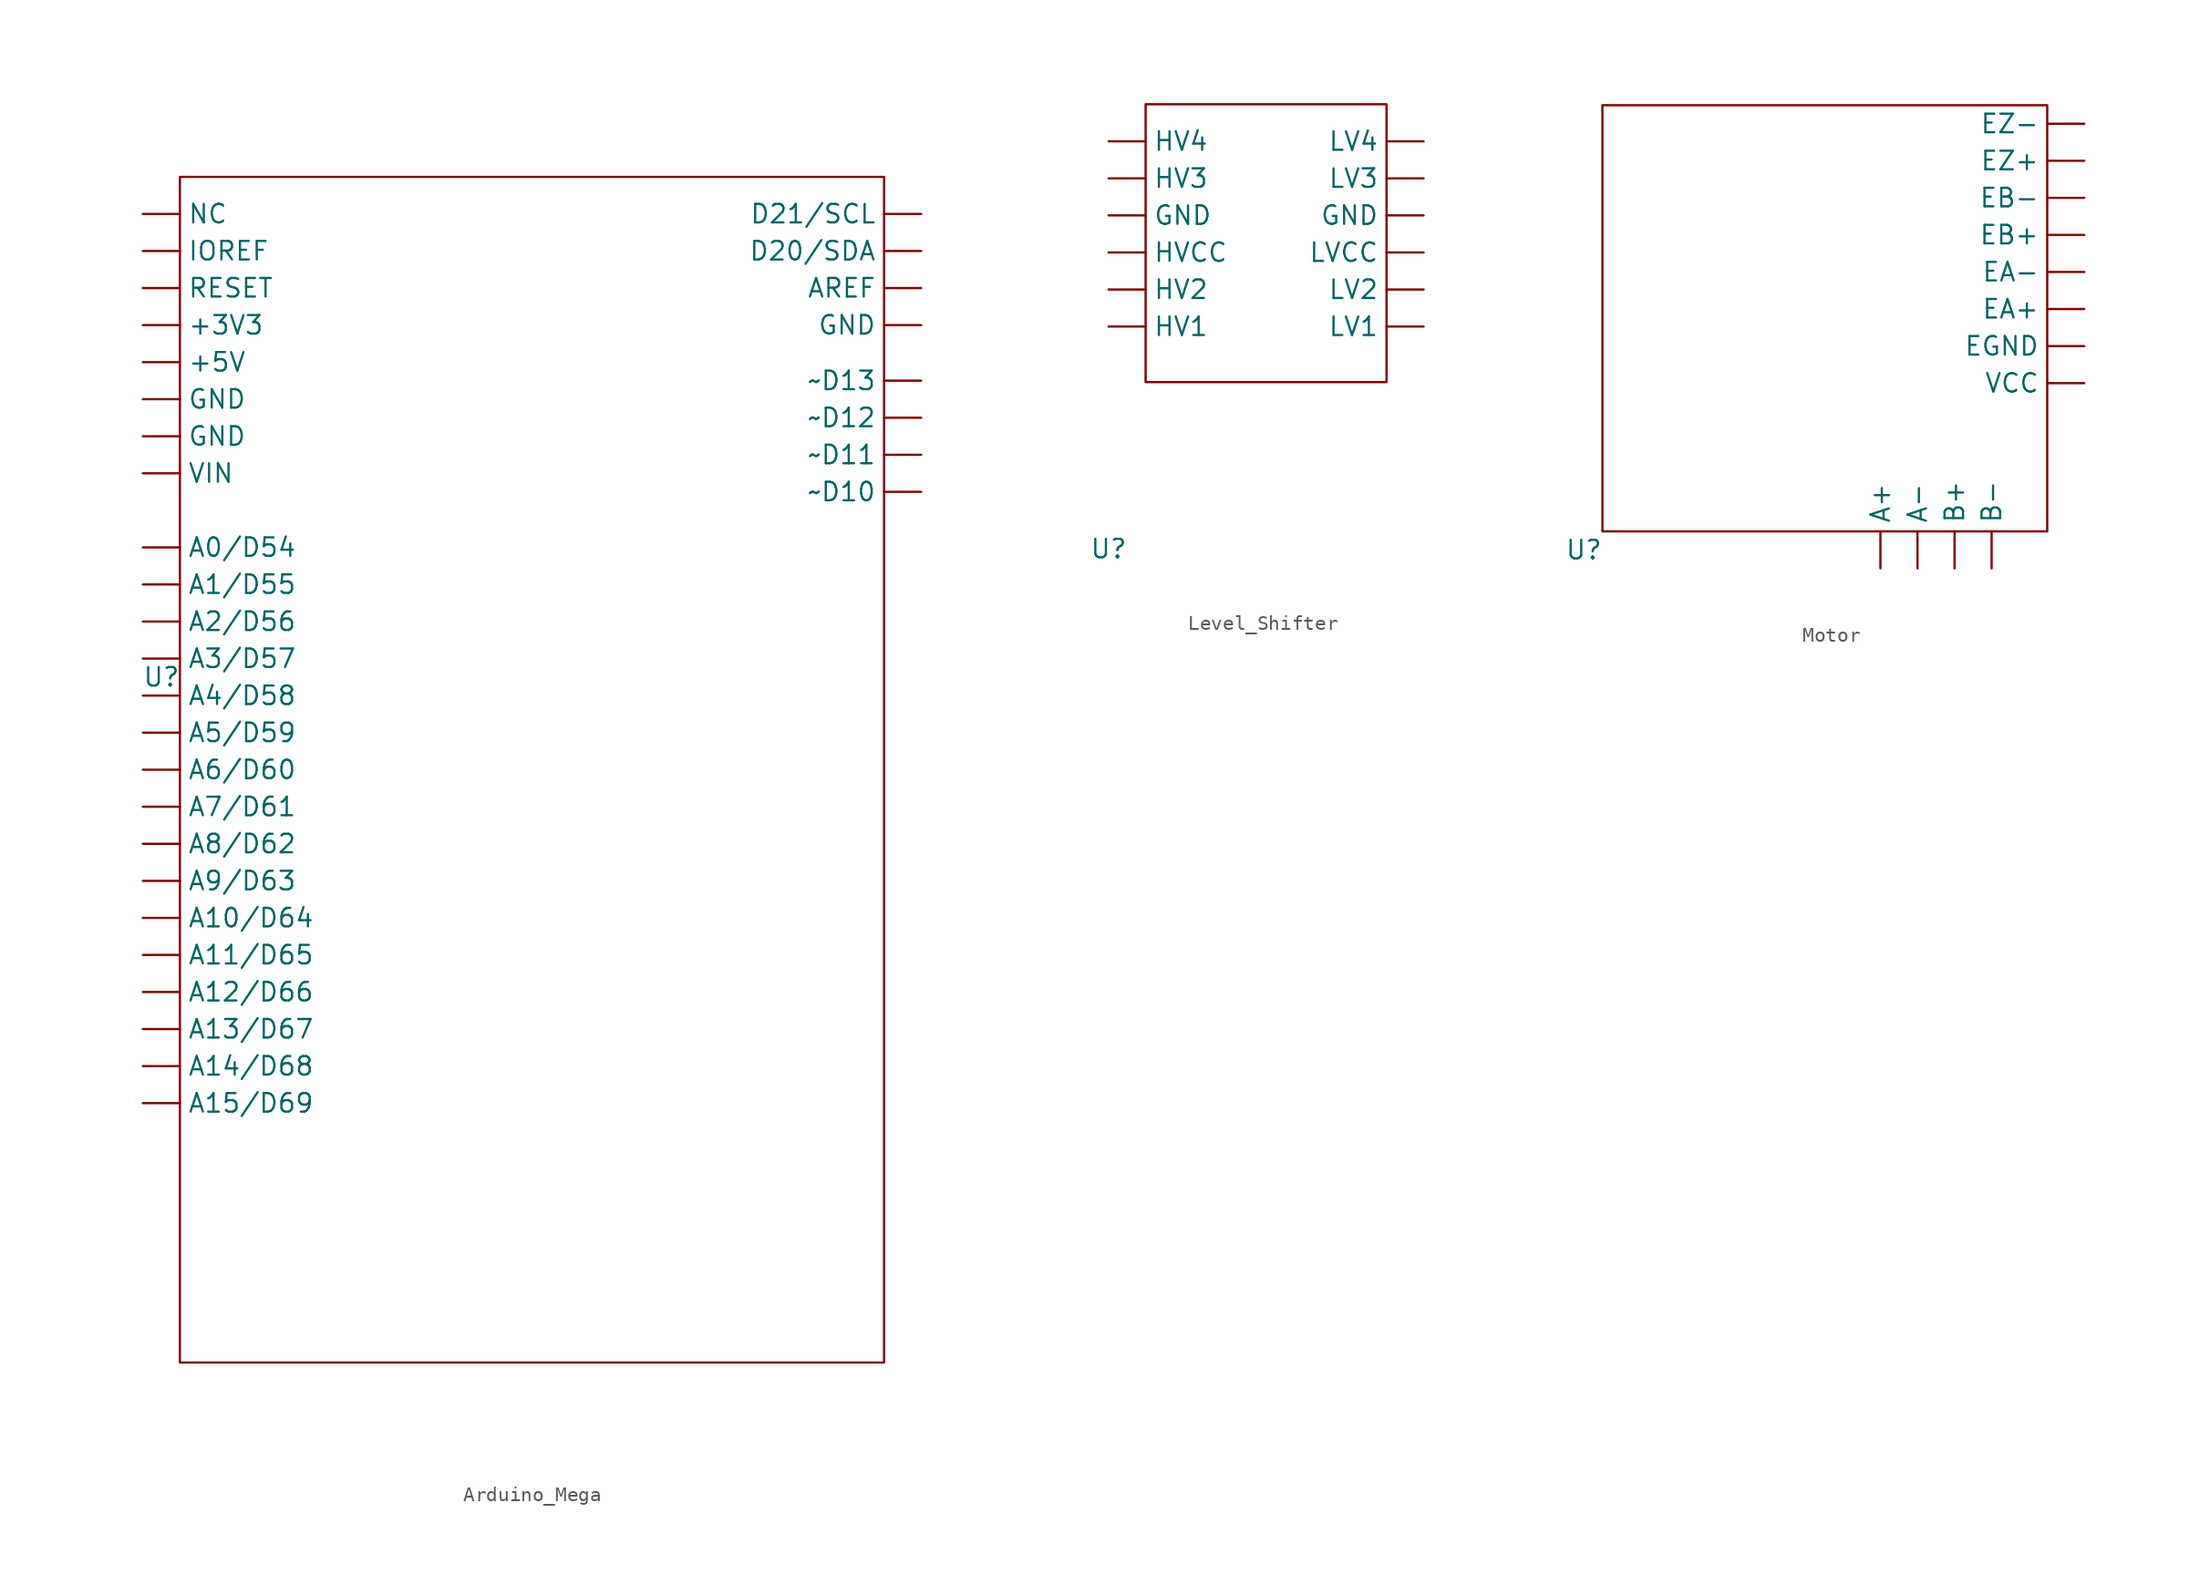
<source format=kicad_sym>
(kicad_symbol_lib
  (version 20231120)
  (generator "kicad_symbol_editor")
  (generator_version "8.0")
  (symbol "Arduino_Mega"
    (property "Reference" "U"
      (at 0 74.93 0)
      (effects (font (size 1.27 1.27))))
    (property "Value" ""
      (at 0 74.93 0)
      (effects (font (size 1.27 1.27))))
    (symbol "Arduino_Mega_0_1"
      (rectangle (start 1.27 109.22) (end 49.53 27.94) (stroke (width 0) (type default)) (fill (type none))))
    (symbol "Arduino_Mega_1_1"
      (pin input line (at -1.27 99.06 0) (length 2.54) (name "+3V3" (effects (font (size 1.27 1.27)))) (number "" (effects (font (size 1.27 1.27)))))
      (pin input line (at -1.27 96.52 0) (length 2.54) (name "+5V" (effects (font (size 1.27 1.27)))) (number "" (effects (font (size 1.27 1.27)))))
      (pin input line (at -1.27 83.82 0) (length 2.54) (name "A0/D54" (effects (font (size 1.27 1.27)))) (number "" (effects (font (size 1.27 1.27)))))
      (pin input line (at -1.27 81.28 0) (length 2.54) (name "A1/D55" (effects (font (size 1.27 1.27)))) (number "" (effects (font (size 1.27 1.27)))))
      (pin input line (at -1.27 58.42 0) (length 2.54) (name "A10/D64" (effects (font (size 1.27 1.27)))) (number "" (effects (font (size 1.27 1.27)))))
      (pin input line (at -1.27 55.88 0) (length 2.54) (name "A11/D65" (effects (font (size 1.27 1.27)))) (number "" (effects (font (size 1.27 1.27)))))
      (pin input line (at -1.27 53.34 0) (length 2.54) (name "A12/D66" (effects (font (size 1.27 1.27)))) (number "" (effects (font (size 1.27 1.27)))))
      (pin input line (at -1.27 50.8 0) (length 2.54) (name "A13/D67" (effects (font (size 1.27 1.27)))) (number "" (effects (font (size 1.27 1.27)))))
      (pin input line (at -1.27 48.26 0) (length 2.54) (name "A14/D68" (effects (font (size 1.27 1.27)))) (number "" (effects (font (size 1.27 1.27)))))
      (pin input line (at -1.27 45.72 0) (length 2.54) (name "A15/D69" (effects (font (size 1.27 1.27)))) (number "" (effects (font (size 1.27 1.27)))))
      (pin input line (at -1.27 78.74 0) (length 2.54) (name "A2/D56" (effects (font (size 1.27 1.27)))) (number "" (effects (font (size 1.27 1.27)))))
      (pin input line (at -1.27 76.2 0) (length 2.54) (name "A3/D57" (effects (font (size 1.27 1.27)))) (number "" (effects (font (size 1.27 1.27)))))
      (pin input line (at -1.27 73.66 0) (length 2.54) (name "A4/D58" (effects (font (size 1.27 1.27)))) (number "" (effects (font (size 1.27 1.27)))))
      (pin input line (at -1.27 71.12 0) (length 2.54) (name "A5/D59" (effects (font (size 1.27 1.27)))) (number "" (effects (font (size 1.27 1.27)))))
      (pin input line (at -1.27 68.58 0) (length 2.54) (name "A6/D60" (effects (font (size 1.27 1.27)))) (number "" (effects (font (size 1.27 1.27)))))
      (pin input line (at -1.27 66.04 0) (length 2.54) (name "A7/D61" (effects (font (size 1.27 1.27)))) (number "" (effects (font (size 1.27 1.27)))))
      (pin input line (at -1.27 63.5 0) (length 2.54) (name "A8/D62" (effects (font (size 1.27 1.27)))) (number "" (effects (font (size 1.27 1.27)))))
      (pin input line (at -1.27 60.96 0) (length 2.54) (name "A9/D63" (effects (font (size 1.27 1.27)))) (number "" (effects (font (size 1.27 1.27)))))
      (pin input line (at 52.07 101.6 180) (length 2.54) (name "AREF" (effects (font (size 1.27 1.27)))) (number "" (effects (font (size 1.27 1.27)))))
      (pin input line (at 52.07 104.14 180) (length 2.54) (name "D20/SDA" (effects (font (size 1.27 1.27)))) (number "" (effects (font (size 1.27 1.27)))))
      (pin input line (at 52.07 106.68 180) (length 2.54) (name "D21/SCL" (effects (font (size 1.27 1.27)))) (number "" (effects (font (size 1.27 1.27)))))
      (pin input line (at -1.27 91.44 0) (length 2.54) (name "GND" (effects (font (size 1.27 1.27)))) (number "" (effects (font (size 1.27 1.27)))))
      (pin input line (at -1.27 93.98 0) (length 2.54) (name "GND" (effects (font (size 1.27 1.27)))) (number "" (effects (font (size 1.27 1.27)))))
      (pin input line (at 52.07 99.06 180) (length 2.54) (name "GND" (effects (font (size 1.27 1.27)))) (number "" (effects (font (size 1.27 1.27)))))
      (pin input line (at -1.27 104.14 0) (length 2.54) (name "IOREF" (effects (font (size 1.27 1.27)))) (number "" (effects (font (size 1.27 1.27)))))
      (pin input line (at -1.27 106.68 0) (length 2.54) (name "NC" (effects (font (size 1.27 1.27)))) (number "" (effects (font (size 1.27 1.27)))))
      (pin input line (at -1.27 101.6 0) (length 2.54) (name "RESET" (effects (font (size 1.27 1.27)))) (number "" (effects (font (size 1.27 1.27)))))
      (pin input line (at -1.27 88.9 0) (length 2.54) (name "VIN" (effects (font (size 1.27 1.27)))) (number "" (effects (font (size 1.27 1.27)))))
      (pin input line (at 52.07 87.63 180) (length 2.54) (name "~D10" (effects (font (size 1.27 1.27)))) (number "" (effects (font (size 1.27 1.27)))))
      (pin input line (at 52.07 90.17 180) (length 2.54) (name "~D11" (effects (font (size 1.27 1.27)))) (number "" (effects (font (size 1.27 1.27)))))
      (pin input line (at 52.07 92.71 180) (length 2.54) (name "~D12" (effects (font (size 1.27 1.27)))) (number "" (effects (font (size 1.27 1.27)))))
      (pin input line (at 52.07 95.25 180) (length 2.54) (name "~D13" (effects (font (size 1.27 1.27)))) (number "" (effects (font (size 1.27 1.27)))))))
  (symbol "Level_Shifter"
    (property "Reference" "U"
      (at 0 0 0)
      (effects (font (size 1.27 1.27))))
    (property "Value" ""
      (at 0 0 0)
      (effects (font (size 1.27 1.27))))
    (symbol "Level_Shifter_0_1"
      (rectangle (start 2.54 30.48) (end 19.05 11.43) (stroke (width 0) (type default)) (fill (type none))))
    (symbol "Level_Shifter_1_1"
      (pin input line (at 0 22.86 0) (length 2.54) (name "GND" (effects (font (size 1.27 1.27)))) (number "" (effects (font (size 1.27 1.27)))))
      (pin input line (at 21.59 22.86 180) (length 2.54) (name "GND" (effects (font (size 1.27 1.27)))) (number "" (effects (font (size 1.27 1.27)))))
      (pin input line (at 0 15.24 0) (length 2.54) (name "HV1" (effects (font (size 1.27 1.27)))) (number "" (effects (font (size 1.27 1.27)))))
      (pin input line (at 0 17.78 0) (length 2.54) (name "HV2" (effects (font (size 1.27 1.27)))) (number "" (effects (font (size 1.27 1.27)))))
      (pin input line (at 0 25.4 0) (length 2.54) (name "HV3" (effects (font (size 1.27 1.27)))) (number "" (effects (font (size 1.27 1.27)))))
      (pin input line (at 0 27.94 0) (length 2.54) (name "HV4" (effects (font (size 1.27 1.27)))) (number "" (effects (font (size 1.27 1.27)))))
      (pin input line (at 0 20.32 0) (length 2.54) (name "HVCC" (effects (font (size 1.27 1.27)))) (number "" (effects (font (size 1.27 1.27)))))
      (pin input line (at 21.59 15.24 180) (length 2.54) (name "LV1" (effects (font (size 1.27 1.27)))) (number "" (effects (font (size 1.27 1.27)))))
      (pin input line (at 21.59 17.78 180) (length 2.54) (name "LV2" (effects (font (size 1.27 1.27)))) (number "" (effects (font (size 1.27 1.27)))))
      (pin input line (at 21.59 25.4 180) (length 2.54) (name "LV3" (effects (font (size 1.27 1.27)))) (number "" (effects (font (size 1.27 1.27)))))
      (pin input line (at 21.59 27.94 180) (length 2.54) (name "LV4" (effects (font (size 1.27 1.27)))) (number "" (effects (font (size 1.27 1.27)))))
      (pin input line (at 21.59 20.32 180) (length 2.54) (name "LVCC" (effects (font (size 1.27 1.27)))) (number "" (effects (font (size 1.27 1.27)))))))
  (symbol "Motor"
    (property "Reference" "U"
      (at 0 0 0)
      (effects (font (size 1.27 1.27))))
    (property "Value" ""
      (at 0 0 0)
      (effects (font (size 1.27 1.27))))
    (symbol "Motor_0_1"
      (rectangle (start 1.27 30.48) (end 31.75 1.27) (stroke (width 0) (type default)) (fill (type none))))
    (symbol "Motor_1_1"
      (pin input line (at 20.32 -1.27 90) (length 2.54) (name "A+" (effects (font (size 1.27 1.27)))) (number "" (effects (font (size 1.27 1.27)))))
      (pin input line (at 22.86 -1.27 90) (length 2.54) (name "A-" (effects (font (size 1.27 1.27)))) (number "" (effects (font (size 1.27 1.27)))))
      (pin input line (at 25.4 -1.27 90) (length 2.54) (name "B+" (effects (font (size 1.27 1.27)))) (number "" (effects (font (size 1.27 1.27)))))
      (pin input line (at 27.94 -1.27 90) (length 2.54) (name "B-" (effects (font (size 1.27 1.27)))) (number "" (effects (font (size 1.27 1.27)))))
      (pin input line (at 34.29 16.51 180) (length 2.54) (name "EA+" (effects (font (size 1.27 1.27)))) (number "" (effects (font (size 1.27 1.27)))))
      (pin input line (at 34.29 19.05 180) (length 2.54) (name "EA-" (effects (font (size 1.27 1.27)))) (number "" (effects (font (size 1.27 1.27)))))
      (pin input line (at 34.29 21.59 180) (length 2.54) (name "EB+" (effects (font (size 1.27 1.27)))) (number "" (effects (font (size 1.27 1.27)))))
      (pin input line (at 34.29 24.13 180) (length 2.54) (name "EB-" (effects (font (size 1.27 1.27)))) (number "" (effects (font (size 1.27 1.27)))))
      (pin input line (at 34.29 13.97 180) (length 2.54) (name "EGND" (effects (font (size 1.27 1.27)))) (number "" (effects (font (size 1.27 1.27)))))
      (pin input line (at 34.29 26.67 180) (length 2.54) (name "EZ+" (effects (font (size 1.27 1.27)))) (number "" (effects (font (size 1.27 1.27)))))
      (pin input line (at 34.29 29.21 180) (length 2.54) (name "EZ-" (effects (font (size 1.27 1.27)))) (number "" (effects (font (size 1.27 1.27)))))
      (pin input line (at 34.29 11.43 180) (length 2.54) (name "VCC" (effects (font (size 1.27 1.27)))) (number "" (effects (font (size 1.27 1.27))))))))
</source>
